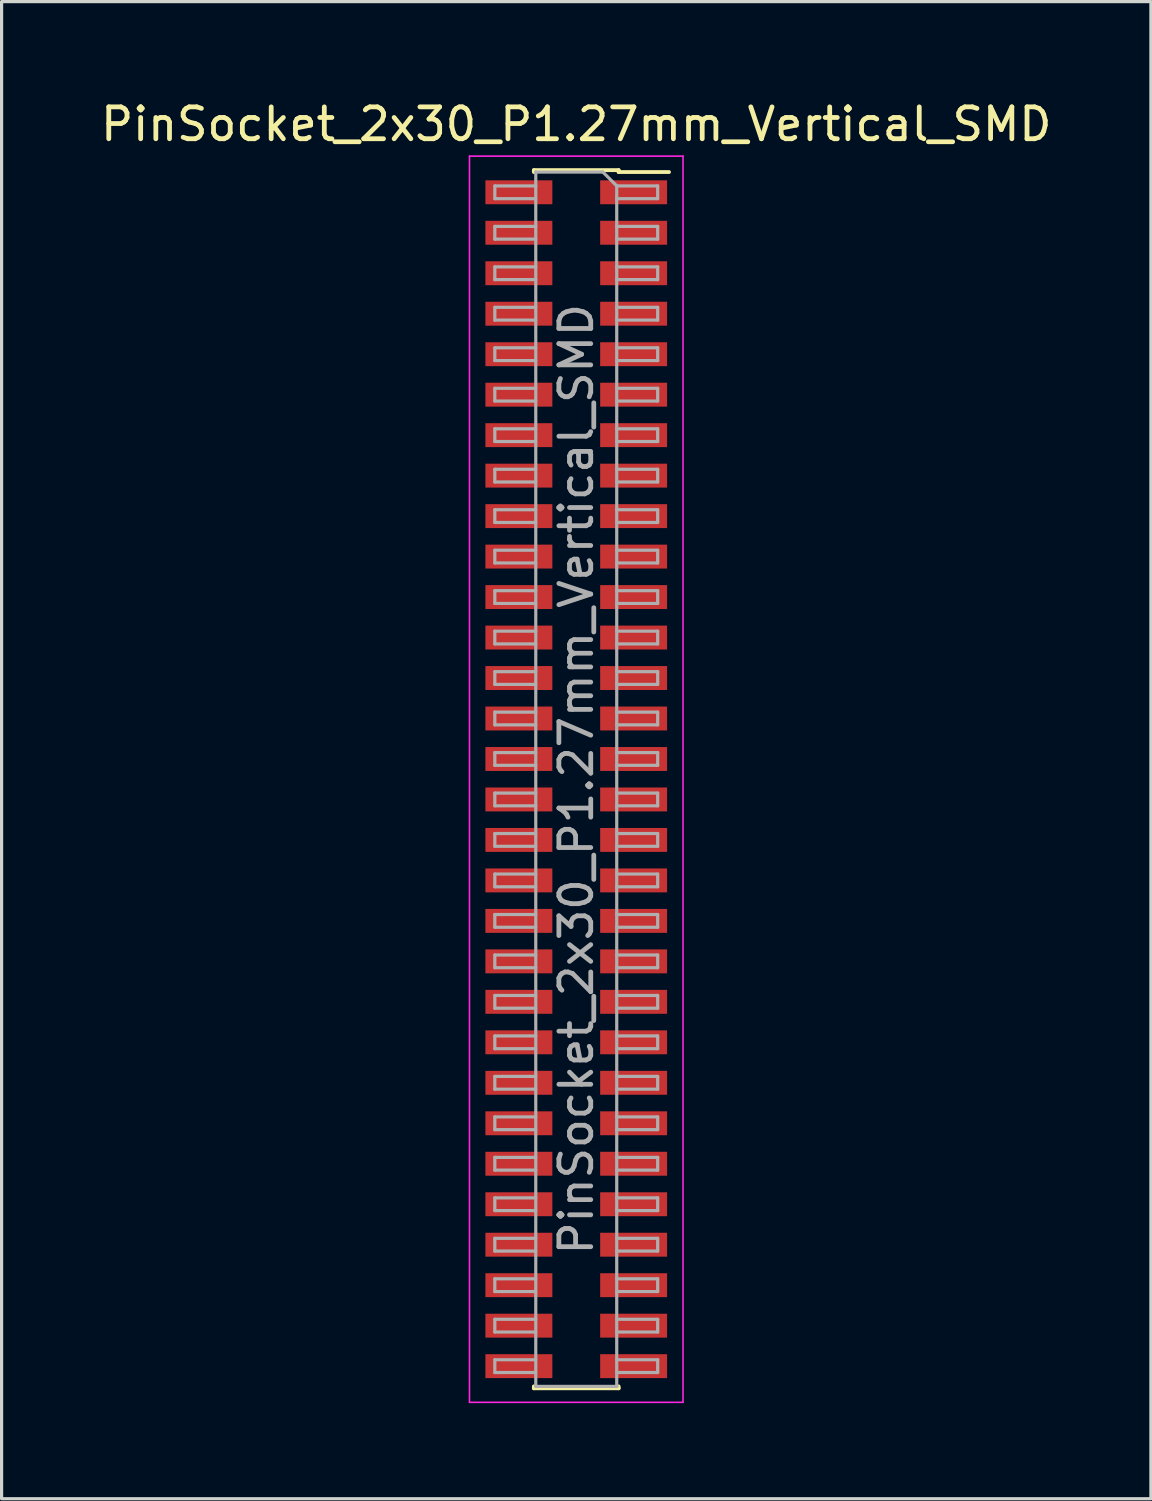
<source format=kicad_pcb>
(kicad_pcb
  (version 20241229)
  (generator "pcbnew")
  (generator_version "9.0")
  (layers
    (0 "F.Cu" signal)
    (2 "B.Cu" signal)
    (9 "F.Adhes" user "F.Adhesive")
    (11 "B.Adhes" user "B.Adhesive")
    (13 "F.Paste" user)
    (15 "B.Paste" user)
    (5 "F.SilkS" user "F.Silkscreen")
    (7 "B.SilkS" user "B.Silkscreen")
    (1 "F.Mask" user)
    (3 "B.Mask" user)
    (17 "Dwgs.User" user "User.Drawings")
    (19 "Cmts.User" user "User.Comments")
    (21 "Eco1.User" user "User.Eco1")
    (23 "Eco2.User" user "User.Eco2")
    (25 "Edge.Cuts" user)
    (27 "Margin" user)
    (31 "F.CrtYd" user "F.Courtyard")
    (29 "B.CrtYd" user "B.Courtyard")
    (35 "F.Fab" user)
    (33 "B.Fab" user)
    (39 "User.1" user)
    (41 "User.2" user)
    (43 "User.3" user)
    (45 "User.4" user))
  (footprint "PinSocket_2x30_P1.27mm_Vertical_SMD"
    (layer "F.Cu")
    (at 15.03 21.398)
    (property "Reference" "PinSocket_2x30_P1.27mm_Vertical_SMD" (at 0 -20.55 0) (layer "F.SilkS") (effects (font (size 1 1) (thickness 0.15))))
    (attr smd)
    (fp_line (start -1.33 -19.11) (end 1.33 -19.11) (stroke (width 0.12) (type solid)) (layer "F.SilkS"))
    (fp_line (start -1.33 -19.05) (end -1.33 -19.11) (stroke (width 0.12) (type solid)) (layer "F.SilkS"))
    (fp_line (start -1.33 19.11) (end -1.33 19.05) (stroke (width 0.12) (type solid)) (layer "F.SilkS"))
    (fp_line (start 1.33 -19.11) (end 1.33 -19.05) (stroke (width 0.12) (type solid)) (layer "F.SilkS"))
    (fp_line (start 1.33 -19.05) (end 2.91 -19.05) (stroke (width 0.12) (type solid)) (layer "F.SilkS"))
    (fp_line (start 1.33 19.05) (end 1.33 19.11) (stroke (width 0.12) (type solid)) (layer "F.SilkS"))
    (fp_line (start 1.33 19.11) (end -1.33 19.11) (stroke (width 0.12) (type solid)) (layer "F.SilkS"))
    (fp_line (start -3.35 -19.55) (end 3.35 -19.55) (stroke (width 0.05) (type solid)) (layer "F.CrtYd"))
    (fp_line (start -3.35 19.55) (end -3.35 -19.55) (stroke (width 0.05) (type solid)) (layer "F.CrtYd"))
    (fp_line (start 3.35 -19.55) (end 3.35 19.55) (stroke (width 0.05) (type solid)) (layer "F.CrtYd"))
    (fp_line (start 3.35 19.55) (end -3.35 19.55) (stroke (width 0.05) (type solid)) (layer "F.CrtYd"))
    (fp_line (start -2.555 -18.615) (end -1.27 -18.615) (stroke (width 0.1) (type solid)) (layer "F.Fab"))
    (fp_line (start -2.555 -18.215) (end -2.555 -18.615) (stroke (width 0.1) (type solid)) (layer "F.Fab"))
    (fp_line (start -2.555 -17.345) (end -1.27 -17.345) (stroke (width 0.1) (type solid)) (layer "F.Fab"))
    (fp_line (start -2.555 -16.945) (end -2.555 -17.345) (stroke (width 0.1) (type solid)) (layer "F.Fab"))
    (fp_line (start -2.555 -16.075) (end -1.27 -16.075) (stroke (width 0.1) (type solid)) (layer "F.Fab"))
    (fp_line (start -2.555 -15.675) (end -2.555 -16.075) (stroke (width 0.1) (type solid)) (layer "F.Fab"))
    (fp_line (start -2.555 -14.805) (end -1.27 -14.805) (stroke (width 0.1) (type solid)) (layer "F.Fab"))
    (fp_line (start -2.555 -14.405) (end -2.555 -14.805) (stroke (width 0.1) (type solid)) (layer "F.Fab"))
    (fp_line (start -2.555 -13.535) (end -1.27 -13.535) (stroke (width 0.1) (type solid)) (layer "F.Fab"))
    (fp_line (start -2.555 -13.135) (end -2.555 -13.535) (stroke (width 0.1) (type solid)) (layer "F.Fab"))
    (fp_line (start -2.555 -12.265) (end -1.27 -12.265) (stroke (width 0.1) (type solid)) (layer "F.Fab"))
    (fp_line (start -2.555 -11.865) (end -2.555 -12.265) (stroke (width 0.1) (type solid)) (layer "F.Fab"))
    (fp_line (start -2.555 -10.995) (end -1.27 -10.995) (stroke (width 0.1) (type solid)) (layer "F.Fab"))
    (fp_line (start -2.555 -10.595) (end -2.555 -10.995) (stroke (width 0.1) (type solid)) (layer "F.Fab"))
    (fp_line (start -2.555 -9.725) (end -1.27 -9.725) (stroke (width 0.1) (type solid)) (layer "F.Fab"))
    (fp_line (start -2.555 -9.325) (end -2.555 -9.725) (stroke (width 0.1) (type solid)) (layer "F.Fab"))
    (fp_line (start -2.555 -8.455) (end -1.27 -8.455) (stroke (width 0.1) (type solid)) (layer "F.Fab"))
    (fp_line (start -2.555 -8.055) (end -2.555 -8.455) (stroke (width 0.1) (type solid)) (layer "F.Fab"))
    (fp_line (start -2.555 -7.185) (end -1.27 -7.185) (stroke (width 0.1) (type solid)) (layer "F.Fab"))
    (fp_line (start -2.555 -6.785) (end -2.555 -7.185) (stroke (width 0.1) (type solid)) (layer "F.Fab"))
    (fp_line (start -2.555 -5.915) (end -1.27 -5.915) (stroke (width 0.1) (type solid)) (layer "F.Fab"))
    (fp_line (start -2.555 -5.515) (end -2.555 -5.915) (stroke (width 0.1) (type solid)) (layer "F.Fab"))
    (fp_line (start -2.555 -4.645) (end -1.27 -4.645) (stroke (width 0.1) (type solid)) (layer "F.Fab"))
    (fp_line (start -2.555 -4.245) (end -2.555 -4.645) (stroke (width 0.1) (type solid)) (layer "F.Fab"))
    (fp_line (start -2.555 -3.375) (end -1.27 -3.375) (stroke (width 0.1) (type solid)) (layer "F.Fab"))
    (fp_line (start -2.555 -2.975) (end -2.555 -3.375) (stroke (width 0.1) (type solid)) (layer "F.Fab"))
    (fp_line (start -2.555 -2.105) (end -1.27 -2.105) (stroke (width 0.1) (type solid)) (layer "F.Fab"))
    (fp_line (start -2.555 -1.705) (end -2.555 -2.105) (stroke (width 0.1) (type solid)) (layer "F.Fab"))
    (fp_line (start -2.555 -0.835) (end -1.27 -0.835) (stroke (width 0.1) (type solid)) (layer "F.Fab"))
    (fp_line (start -2.555 -0.435) (end -2.555 -0.835) (stroke (width 0.1) (type solid)) (layer "F.Fab"))
    (fp_line (start -2.555 0.435) (end -1.27 0.435) (stroke (width 0.1) (type solid)) (layer "F.Fab"))
    (fp_line (start -2.555 0.835) (end -2.555 0.435) (stroke (width 0.1) (type solid)) (layer "F.Fab"))
    (fp_line (start -2.555 1.705) (end -1.27 1.705) (stroke (width 0.1) (type solid)) (layer "F.Fab"))
    (fp_line (start -2.555 2.105) (end -2.555 1.705) (stroke (width 0.1) (type solid)) (layer "F.Fab"))
    (fp_line (start -2.555 2.975) (end -1.27 2.975) (stroke (width 0.1) (type solid)) (layer "F.Fab"))
    (fp_line (start -2.555 3.375) (end -2.555 2.975) (stroke (width 0.1) (type solid)) (layer "F.Fab"))
    (fp_line (start -2.555 4.245) (end -1.27 4.245) (stroke (width 0.1) (type solid)) (layer "F.Fab"))
    (fp_line (start -2.555 4.645) (end -2.555 4.245) (stroke (width 0.1) (type solid)) (layer "F.Fab"))
    (fp_line (start -2.555 5.515) (end -1.27 5.515) (stroke (width 0.1) (type solid)) (layer "F.Fab"))
    (fp_line (start -2.555 5.915) (end -2.555 5.515) (stroke (width 0.1) (type solid)) (layer "F.Fab"))
    (fp_line (start -2.555 6.785) (end -1.27 6.785) (stroke (width 0.1) (type solid)) (layer "F.Fab"))
    (fp_line (start -2.555 7.185) (end -2.555 6.785) (stroke (width 0.1) (type solid)) (layer "F.Fab"))
    (fp_line (start -2.555 8.055) (end -1.27 8.055) (stroke (width 0.1) (type solid)) (layer "F.Fab"))
    (fp_line (start -2.555 8.455) (end -2.555 8.055) (stroke (width 0.1) (type solid)) (layer "F.Fab"))
    (fp_line (start -2.555 9.325) (end -1.27 9.325) (stroke (width 0.1) (type solid)) (layer "F.Fab"))
    (fp_line (start -2.555 9.725) (end -2.555 9.325) (stroke (width 0.1) (type solid)) (layer "F.Fab"))
    (fp_line (start -2.555 10.595) (end -1.27 10.595) (stroke (width 0.1) (type solid)) (layer "F.Fab"))
    (fp_line (start -2.555 10.995) (end -2.555 10.595) (stroke (width 0.1) (type solid)) (layer "F.Fab"))
    (fp_line (start -2.555 11.865) (end -1.27 11.865) (stroke (width 0.1) (type solid)) (layer "F.Fab"))
    (fp_line (start -2.555 12.265) (end -2.555 11.865) (stroke (width 0.1) (type solid)) (layer "F.Fab"))
    (fp_line (start -2.555 13.135) (end -1.27 13.135) (stroke (width 0.1) (type solid)) (layer "F.Fab"))
    (fp_line (start -2.555 13.535) (end -2.555 13.135) (stroke (width 0.1) (type solid)) (layer "F.Fab"))
    (fp_line (start -2.555 14.405) (end -1.27 14.405) (stroke (width 0.1) (type solid)) (layer "F.Fab"))
    (fp_line (start -2.555 14.805) (end -2.555 14.405) (stroke (width 0.1) (type solid)) (layer "F.Fab"))
    (fp_line (start -2.555 15.675) (end -1.27 15.675) (stroke (width 0.1) (type solid)) (layer "F.Fab"))
    (fp_line (start -2.555 16.075) (end -2.555 15.675) (stroke (width 0.1) (type solid)) (layer "F.Fab"))
    (fp_line (start -2.555 16.945) (end -1.27 16.945) (stroke (width 0.1) (type solid)) (layer "F.Fab"))
    (fp_line (start -2.555 17.345) (end -2.555 16.945) (stroke (width 0.1) (type solid)) (layer "F.Fab"))
    (fp_line (start -2.555 18.215) (end -1.27 18.215) (stroke (width 0.1) (type solid)) (layer "F.Fab"))
    (fp_line (start -2.555 18.615) (end -2.555 18.215) (stroke (width 0.1) (type solid)) (layer "F.Fab"))
    (fp_line (start -1.27 -19.05) (end 0.835 -19.05) (stroke (width 0.1) (type solid)) (layer "F.Fab"))
    (fp_line (start -1.27 -18.215) (end -2.555 -18.215) (stroke (width 0.1) (type solid)) (layer "F.Fab"))
    (fp_line (start -1.27 -16.945) (end -2.555 -16.945) (stroke (width 0.1) (type solid)) (layer "F.Fab"))
    (fp_line (start -1.27 -15.675) (end -2.555 -15.675) (stroke (width 0.1) (type solid)) (layer "F.Fab"))
    (fp_line (start -1.27 -14.405) (end -2.555 -14.405) (stroke (width 0.1) (type solid)) (layer "F.Fab"))
    (fp_line (start -1.27 -13.135) (end -2.555 -13.135) (stroke (width 0.1) (type solid)) (layer "F.Fab"))
    (fp_line (start -1.27 -11.865) (end -2.555 -11.865) (stroke (width 0.1) (type solid)) (layer "F.Fab"))
    (fp_line (start -1.27 -10.595) (end -2.555 -10.595) (stroke (width 0.1) (type solid)) (layer "F.Fab"))
    (fp_line (start -1.27 -9.325) (end -2.555 -9.325) (stroke (width 0.1) (type solid)) (layer "F.Fab"))
    (fp_line (start -1.27 -8.055) (end -2.555 -8.055) (stroke (width 0.1) (type solid)) (layer "F.Fab"))
    (fp_line (start -1.27 -6.785) (end -2.555 -6.785) (stroke (width 0.1) (type solid)) (layer "F.Fab"))
    (fp_line (start -1.27 -5.515) (end -2.555 -5.515) (stroke (width 0.1) (type solid)) (layer "F.Fab"))
    (fp_line (start -1.27 -4.245) (end -2.555 -4.245) (stroke (width 0.1) (type solid)) (layer "F.Fab"))
    (fp_line (start -1.27 -2.975) (end -2.555 -2.975) (stroke (width 0.1) (type solid)) (layer "F.Fab"))
    (fp_line (start -1.27 -1.705) (end -2.555 -1.705) (stroke (width 0.1) (type solid)) (layer "F.Fab"))
    (fp_line (start -1.27 -0.435) (end -2.555 -0.435) (stroke (width 0.1) (type solid)) (layer "F.Fab"))
    (fp_line (start -1.27 0.835) (end -2.555 0.835) (stroke (width 0.1) (type solid)) (layer "F.Fab"))
    (fp_line (start -1.27 2.105) (end -2.555 2.105) (stroke (width 0.1) (type solid)) (layer "F.Fab"))
    (fp_line (start -1.27 3.375) (end -2.555 3.375) (stroke (width 0.1) (type solid)) (layer "F.Fab"))
    (fp_line (start -1.27 4.645) (end -2.555 4.645) (stroke (width 0.1) (type solid)) (layer "F.Fab"))
    (fp_line (start -1.27 5.915) (end -2.555 5.915) (stroke (width 0.1) (type solid)) (layer "F.Fab"))
    (fp_line (start -1.27 7.185) (end -2.555 7.185) (stroke (width 0.1) (type solid)) (layer "F.Fab"))
    (fp_line (start -1.27 8.455) (end -2.555 8.455) (stroke (width 0.1) (type solid)) (layer "F.Fab"))
    (fp_line (start -1.27 9.725) (end -2.555 9.725) (stroke (width 0.1) (type solid)) (layer "F.Fab"))
    (fp_line (start -1.27 10.995) (end -2.555 10.995) (stroke (width 0.1) (type solid)) (layer "F.Fab"))
    (fp_line (start -1.27 12.265) (end -2.555 12.265) (stroke (width 0.1) (type solid)) (layer "F.Fab"))
    (fp_line (start -1.27 13.535) (end -2.555 13.535) (stroke (width 0.1) (type solid)) (layer "F.Fab"))
    (fp_line (start -1.27 14.805) (end -2.555 14.805) (stroke (width 0.1) (type solid)) (layer "F.Fab"))
    (fp_line (start -1.27 16.075) (end -2.555 16.075) (stroke (width 0.1) (type solid)) (layer "F.Fab"))
    (fp_line (start -1.27 17.345) (end -2.555 17.345) (stroke (width 0.1) (type solid)) (layer "F.Fab"))
    (fp_line (start -1.27 18.615) (end -2.555 18.615) (stroke (width 0.1) (type solid)) (layer "F.Fab"))
    (fp_line (start -1.27 19.05) (end -1.27 -19.05) (stroke (width 0.1) (type solid)) (layer "F.Fab"))
    (fp_line (start 0.835 -19.05) (end 1.27 -18.615) (stroke (width 0.1) (type solid)) (layer "F.Fab"))
    (fp_line (start 1.27 -18.615) (end 1.27 19.05) (stroke (width 0.1) (type solid)) (layer "F.Fab"))
    (fp_line (start 1.27 -18.615) (end 2.555 -18.615) (stroke (width 0.1) (type solid)) (layer "F.Fab"))
    (fp_line (start 1.27 -17.345) (end 2.555 -17.345) (stroke (width 0.1) (type solid)) (layer "F.Fab"))
    (fp_line (start 1.27 -16.075) (end 2.555 -16.075) (stroke (width 0.1) (type solid)) (layer "F.Fab"))
    (fp_line (start 1.27 -14.805) (end 2.555 -14.805) (stroke (width 0.1) (type solid)) (layer "F.Fab"))
    (fp_line (start 1.27 -13.535) (end 2.555 -13.535) (stroke (width 0.1) (type solid)) (layer "F.Fab"))
    (fp_line (start 1.27 -12.265) (end 2.555 -12.265) (stroke (width 0.1) (type solid)) (layer "F.Fab"))
    (fp_line (start 1.27 -10.995) (end 2.555 -10.995) (stroke (width 0.1) (type solid)) (layer "F.Fab"))
    (fp_line (start 1.27 -9.725) (end 2.555 -9.725) (stroke (width 0.1) (type solid)) (layer "F.Fab"))
    (fp_line (start 1.27 -8.455) (end 2.555 -8.455) (stroke (width 0.1) (type solid)) (layer "F.Fab"))
    (fp_line (start 1.27 -7.185) (end 2.555 -7.185) (stroke (width 0.1) (type solid)) (layer "F.Fab"))
    (fp_line (start 1.27 -5.915) (end 2.555 -5.915) (stroke (width 0.1) (type solid)) (layer "F.Fab"))
    (fp_line (start 1.27 -4.645) (end 2.555 -4.645) (stroke (width 0.1) (type solid)) (layer "F.Fab"))
    (fp_line (start 1.27 -3.375) (end 2.555 -3.375) (stroke (width 0.1) (type solid)) (layer "F.Fab"))
    (fp_line (start 1.27 -2.105) (end 2.555 -2.105) (stroke (width 0.1) (type solid)) (layer "F.Fab"))
    (fp_line (start 1.27 -0.835) (end 2.555 -0.835) (stroke (width 0.1) (type solid)) (layer "F.Fab"))
    (fp_line (start 1.27 0.435) (end 2.555 0.435) (stroke (width 0.1) (type solid)) (layer "F.Fab"))
    (fp_line (start 1.27 1.705) (end 2.555 1.705) (stroke (width 0.1) (type solid)) (layer "F.Fab"))
    (fp_line (start 1.27 2.975) (end 2.555 2.975) (stroke (width 0.1) (type solid)) (layer "F.Fab"))
    (fp_line (start 1.27 4.245) (end 2.555 4.245) (stroke (width 0.1) (type solid)) (layer "F.Fab"))
    (fp_line (start 1.27 5.515) (end 2.555 5.515) (stroke (width 0.1) (type solid)) (layer "F.Fab"))
    (fp_line (start 1.27 6.785) (end 2.555 6.785) (stroke (width 0.1) (type solid)) (layer "F.Fab"))
    (fp_line (start 1.27 8.055) (end 2.555 8.055) (stroke (width 0.1) (type solid)) (layer "F.Fab"))
    (fp_line (start 1.27 9.325) (end 2.555 9.325) (stroke (width 0.1) (type solid)) (layer "F.Fab"))
    (fp_line (start 1.27 10.595) (end 2.555 10.595) (stroke (width 0.1) (type solid)) (layer "F.Fab"))
    (fp_line (start 1.27 11.865) (end 2.555 11.865) (stroke (width 0.1) (type solid)) (layer "F.Fab"))
    (fp_line (start 1.27 13.135) (end 2.555 13.135) (stroke (width 0.1) (type solid)) (layer "F.Fab"))
    (fp_line (start 1.27 14.405) (end 2.555 14.405) (stroke (width 0.1) (type solid)) (layer "F.Fab"))
    (fp_line (start 1.27 15.675) (end 2.555 15.675) (stroke (width 0.1) (type solid)) (layer "F.Fab"))
    (fp_line (start 1.27 16.945) (end 2.555 16.945) (stroke (width 0.1) (type solid)) (layer "F.Fab"))
    (fp_line (start 1.27 18.215) (end 2.555 18.215) (stroke (width 0.1) (type solid)) (layer "F.Fab"))
    (fp_line (start 1.27 19.05) (end -1.27 19.05) (stroke (width 0.1) (type solid)) (layer "F.Fab"))
    (fp_line (start 2.555 -18.615) (end 2.555 -18.215) (stroke (width 0.1) (type solid)) (layer "F.Fab"))
    (fp_line (start 2.555 -18.215) (end 1.27 -18.215) (stroke (width 0.1) (type solid)) (layer "F.Fab"))
    (fp_line (start 2.555 -17.345) (end 2.555 -16.945) (stroke (width 0.1) (type solid)) (layer "F.Fab"))
    (fp_line (start 2.555 -16.945) (end 1.27 -16.945) (stroke (width 0.1) (type solid)) (layer "F.Fab"))
    (fp_line (start 2.555 -16.075) (end 2.555 -15.675) (stroke (width 0.1) (type solid)) (layer "F.Fab"))
    (fp_line (start 2.555 -15.675) (end 1.27 -15.675) (stroke (width 0.1) (type solid)) (layer "F.Fab"))
    (fp_line (start 2.555 -14.805) (end 2.555 -14.405) (stroke (width 0.1) (type solid)) (layer "F.Fab"))
    (fp_line (start 2.555 -14.405) (end 1.27 -14.405) (stroke (width 0.1) (type solid)) (layer "F.Fab"))
    (fp_line (start 2.555 -13.535) (end 2.555 -13.135) (stroke (width 0.1) (type solid)) (layer "F.Fab"))
    (fp_line (start 2.555 -13.135) (end 1.27 -13.135) (stroke (width 0.1) (type solid)) (layer "F.Fab"))
    (fp_line (start 2.555 -12.265) (end 2.555 -11.865) (stroke (width 0.1) (type solid)) (layer "F.Fab"))
    (fp_line (start 2.555 -11.865) (end 1.27 -11.865) (stroke (width 0.1) (type solid)) (layer "F.Fab"))
    (fp_line (start 2.555 -10.995) (end 2.555 -10.595) (stroke (width 0.1) (type solid)) (layer "F.Fab"))
    (fp_line (start 2.555 -10.595) (end 1.27 -10.595) (stroke (width 0.1) (type solid)) (layer "F.Fab"))
    (fp_line (start 2.555 -9.725) (end 2.555 -9.325) (stroke (width 0.1) (type solid)) (layer "F.Fab"))
    (fp_line (start 2.555 -9.325) (end 1.27 -9.325) (stroke (width 0.1) (type solid)) (layer "F.Fab"))
    (fp_line (start 2.555 -8.455) (end 2.555 -8.055) (stroke (width 0.1) (type solid)) (layer "F.Fab"))
    (fp_line (start 2.555 -8.055) (end 1.27 -8.055) (stroke (width 0.1) (type solid)) (layer "F.Fab"))
    (fp_line (start 2.555 -7.185) (end 2.555 -6.785) (stroke (width 0.1) (type solid)) (layer "F.Fab"))
    (fp_line (start 2.555 -6.785) (end 1.27 -6.785) (stroke (width 0.1) (type solid)) (layer "F.Fab"))
    (fp_line (start 2.555 -5.915) (end 2.555 -5.515) (stroke (width 0.1) (type solid)) (layer "F.Fab"))
    (fp_line (start 2.555 -5.515) (end 1.27 -5.515) (stroke (width 0.1) (type solid)) (layer "F.Fab"))
    (fp_line (start 2.555 -4.645) (end 2.555 -4.245) (stroke (width 0.1) (type solid)) (layer "F.Fab"))
    (fp_line (start 2.555 -4.245) (end 1.27 -4.245) (stroke (width 0.1) (type solid)) (layer "F.Fab"))
    (fp_line (start 2.555 -3.375) (end 2.555 -2.975) (stroke (width 0.1) (type solid)) (layer "F.Fab"))
    (fp_line (start 2.555 -2.975) (end 1.27 -2.975) (stroke (width 0.1) (type solid)) (layer "F.Fab"))
    (fp_line (start 2.555 -2.105) (end 2.555 -1.705) (stroke (width 0.1) (type solid)) (layer "F.Fab"))
    (fp_line (start 2.555 -1.705) (end 1.27 -1.705) (stroke (width 0.1) (type solid)) (layer "F.Fab"))
    (fp_line (start 2.555 -0.835) (end 2.555 -0.435) (stroke (width 0.1) (type solid)) (layer "F.Fab"))
    (fp_line (start 2.555 -0.435) (end 1.27 -0.435) (stroke (width 0.1) (type solid)) (layer "F.Fab"))
    (fp_line (start 2.555 0.435) (end 2.555 0.835) (stroke (width 0.1) (type solid)) (layer "F.Fab"))
    (fp_line (start 2.555 0.835) (end 1.27 0.835) (stroke (width 0.1) (type solid)) (layer "F.Fab"))
    (fp_line (start 2.555 1.705) (end 2.555 2.105) (stroke (width 0.1) (type solid)) (layer "F.Fab"))
    (fp_line (start 2.555 2.105) (end 1.27 2.105) (stroke (width 0.1) (type solid)) (layer "F.Fab"))
    (fp_line (start 2.555 2.975) (end 2.555 3.375) (stroke (width 0.1) (type solid)) (layer "F.Fab"))
    (fp_line (start 2.555 3.375) (end 1.27 3.375) (stroke (width 0.1) (type solid)) (layer "F.Fab"))
    (fp_line (start 2.555 4.245) (end 2.555 4.645) (stroke (width 0.1) (type solid)) (layer "F.Fab"))
    (fp_line (start 2.555 4.645) (end 1.27 4.645) (stroke (width 0.1) (type solid)) (layer "F.Fab"))
    (fp_line (start 2.555 5.515) (end 2.555 5.915) (stroke (width 0.1) (type solid)) (layer "F.Fab"))
    (fp_line (start 2.555 5.915) (end 1.27 5.915) (stroke (width 0.1) (type solid)) (layer "F.Fab"))
    (fp_line (start 2.555 6.785) (end 2.555 7.185) (stroke (width 0.1) (type solid)) (layer "F.Fab"))
    (fp_line (start 2.555 7.185) (end 1.27 7.185) (stroke (width 0.1) (type solid)) (layer "F.Fab"))
    (fp_line (start 2.555 8.055) (end 2.555 8.455) (stroke (width 0.1) (type solid)) (layer "F.Fab"))
    (fp_line (start 2.555 8.455) (end 1.27 8.455) (stroke (width 0.1) (type solid)) (layer "F.Fab"))
    (fp_line (start 2.555 9.325) (end 2.555 9.725) (stroke (width 0.1) (type solid)) (layer "F.Fab"))
    (fp_line (start 2.555 9.725) (end 1.27 9.725) (stroke (width 0.1) (type solid)) (layer "F.Fab"))
    (fp_line (start 2.555 10.595) (end 2.555 10.995) (stroke (width 0.1) (type solid)) (layer "F.Fab"))
    (fp_line (start 2.555 10.995) (end 1.27 10.995) (stroke (width 0.1) (type solid)) (layer "F.Fab"))
    (fp_line (start 2.555 11.865) (end 2.555 12.265) (stroke (width 0.1) (type solid)) (layer "F.Fab"))
    (fp_line (start 2.555 12.265) (end 1.27 12.265) (stroke (width 0.1) (type solid)) (layer "F.Fab"))
    (fp_line (start 2.555 13.135) (end 2.555 13.535) (stroke (width 0.1) (type solid)) (layer "F.Fab"))
    (fp_line (start 2.555 13.535) (end 1.27 13.535) (stroke (width 0.1) (type solid)) (layer "F.Fab"))
    (fp_line (start 2.555 14.405) (end 2.555 14.805) (stroke (width 0.1) (type solid)) (layer "F.Fab"))
    (fp_line (start 2.555 14.805) (end 1.27 14.805) (stroke (width 0.1) (type solid)) (layer "F.Fab"))
    (fp_line (start 2.555 15.675) (end 2.555 16.075) (stroke (width 0.1) (type solid)) (layer "F.Fab"))
    (fp_line (start 2.555 16.075) (end 1.27 16.075) (stroke (width 0.1) (type solid)) (layer "F.Fab"))
    (fp_line (start 2.555 16.945) (end 2.555 17.345) (stroke (width 0.1) (type solid)) (layer "F.Fab"))
    (fp_line (start 2.555 17.345) (end 1.27 17.345) (stroke (width 0.1) (type solid)) (layer "F.Fab"))
    (fp_line (start 2.555 18.215) (end 2.555 18.615) (stroke (width 0.1) (type solid)) (layer "F.Fab"))
    (fp_line (start 2.555 18.615) (end 1.27 18.615) (stroke (width 0.1) (type solid)) (layer "F.Fab"))
    (fp_text user "${REFERENCE}" (at 0 0 90) (layer "F.Fab") (effects (font (size 1 1) (thickness 0.15))))
    (pad "1" smd rect (at 1.8 -18.415) (size 2.1 0.75) (layers "F.Cu" "F.Mask" "F.Paste"))
    (pad "2" smd rect (at -1.8 -18.415) (size 2.1 0.75) (layers "F.Cu" "F.Mask" "F.Paste"))
    (pad "3" smd rect (at 1.8 -17.145) (size 2.1 0.75) (layers "F.Cu" "F.Mask" "F.Paste"))
    (pad "4" smd rect (at -1.8 -17.145) (size 2.1 0.75) (layers "F.Cu" "F.Mask" "F.Paste"))
    (pad "5" smd rect (at 1.8 -15.875) (size 2.1 0.75) (layers "F.Cu" "F.Mask" "F.Paste"))
    (pad "6" smd rect (at -1.8 -15.875) (size 2.1 0.75) (layers "F.Cu" "F.Mask" "F.Paste"))
    (pad "7" smd rect (at 1.8 -14.605) (size 2.1 0.75) (layers "F.Cu" "F.Mask" "F.Paste"))
    (pad "8" smd rect (at -1.8 -14.605) (size 2.1 0.75) (layers "F.Cu" "F.Mask" "F.Paste"))
    (pad "9" smd rect (at 1.8 -13.335) (size 2.1 0.75) (layers "F.Cu" "F.Mask" "F.Paste"))
    (pad "10" smd rect (at -1.8 -13.335) (size 2.1 0.75) (layers "F.Cu" "F.Mask" "F.Paste"))
    (pad "11" smd rect (at 1.8 -12.065) (size 2.1 0.75) (layers "F.Cu" "F.Mask" "F.Paste"))
    (pad "12" smd rect (at -1.8 -12.065) (size 2.1 0.75) (layers "F.Cu" "F.Mask" "F.Paste"))
    (pad "13" smd rect (at 1.8 -10.795) (size 2.1 0.75) (layers "F.Cu" "F.Mask" "F.Paste"))
    (pad "14" smd rect (at -1.8 -10.795) (size 2.1 0.75) (layers "F.Cu" "F.Mask" "F.Paste"))
    (pad "15" smd rect (at 1.8 -9.525) (size 2.1 0.75) (layers "F.Cu" "F.Mask" "F.Paste"))
    (pad "16" smd rect (at -1.8 -9.525) (size 2.1 0.75) (layers "F.Cu" "F.Mask" "F.Paste"))
    (pad "17" smd rect (at 1.8 -8.255) (size 2.1 0.75) (layers "F.Cu" "F.Mask" "F.Paste"))
    (pad "18" smd rect (at -1.8 -8.255) (size 2.1 0.75) (layers "F.Cu" "F.Mask" "F.Paste"))
    (pad "19" smd rect (at 1.8 -6.985) (size 2.1 0.75) (layers "F.Cu" "F.Mask" "F.Paste"))
    (pad "20" smd rect (at -1.8 -6.985) (size 2.1 0.75) (layers "F.Cu" "F.Mask" "F.Paste"))
    (pad "21" smd rect (at 1.8 -5.715) (size 2.1 0.75) (layers "F.Cu" "F.Mask" "F.Paste"))
    (pad "22" smd rect (at -1.8 -5.715) (size 2.1 0.75) (layers "F.Cu" "F.Mask" "F.Paste"))
    (pad "23" smd rect (at 1.8 -4.445) (size 2.1 0.75) (layers "F.Cu" "F.Mask" "F.Paste"))
    (pad "24" smd rect (at -1.8 -4.445) (size 2.1 0.75) (layers "F.Cu" "F.Mask" "F.Paste"))
    (pad "25" smd rect (at 1.8 -3.175) (size 2.1 0.75) (layers "F.Cu" "F.Mask" "F.Paste"))
    (pad "26" smd rect (at -1.8 -3.175) (size 2.1 0.75) (layers "F.Cu" "F.Mask" "F.Paste"))
    (pad "27" smd rect (at 1.8 -1.905) (size 2.1 0.75) (layers "F.Cu" "F.Mask" "F.Paste"))
    (pad "28" smd rect (at -1.8 -1.905) (size 2.1 0.75) (layers "F.Cu" "F.Mask" "F.Paste"))
    (pad "29" smd rect (at 1.8 -0.635) (size 2.1 0.75) (layers "F.Cu" "F.Mask" "F.Paste"))
    (pad "30" smd rect (at -1.8 -0.635) (size 2.1 0.75) (layers "F.Cu" "F.Mask" "F.Paste"))
    (pad "31" smd rect (at 1.8 0.635) (size 2.1 0.75) (layers "F.Cu" "F.Mask" "F.Paste"))
    (pad "32" smd rect (at -1.8 0.635) (size 2.1 0.75) (layers "F.Cu" "F.Mask" "F.Paste"))
    (pad "33" smd rect (at 1.8 1.905) (size 2.1 0.75) (layers "F.Cu" "F.Mask" "F.Paste"))
    (pad "34" smd rect (at -1.8 1.905) (size 2.1 0.75) (layers "F.Cu" "F.Mask" "F.Paste"))
    (pad "35" smd rect (at 1.8 3.175) (size 2.1 0.75) (layers "F.Cu" "F.Mask" "F.Paste"))
    (pad "36" smd rect (at -1.8 3.175) (size 2.1 0.75) (layers "F.Cu" "F.Mask" "F.Paste"))
    (pad "37" smd rect (at 1.8 4.445) (size 2.1 0.75) (layers "F.Cu" "F.Mask" "F.Paste"))
    (pad "38" smd rect (at -1.8 4.445) (size 2.1 0.75) (layers "F.Cu" "F.Mask" "F.Paste"))
    (pad "39" smd rect (at 1.8 5.715) (size 2.1 0.75) (layers "F.Cu" "F.Mask" "F.Paste"))
    (pad "40" smd rect (at -1.8 5.715) (size 2.1 0.75) (layers "F.Cu" "F.Mask" "F.Paste"))
    (pad "41" smd rect (at 1.8 6.985) (size 2.1 0.75) (layers "F.Cu" "F.Mask" "F.Paste"))
    (pad "42" smd rect (at -1.8 6.985) (size 2.1 0.75) (layers "F.Cu" "F.Mask" "F.Paste"))
    (pad "43" smd rect (at 1.8 8.255) (size 2.1 0.75) (layers "F.Cu" "F.Mask" "F.Paste"))
    (pad "44" smd rect (at -1.8 8.255) (size 2.1 0.75) (layers "F.Cu" "F.Mask" "F.Paste"))
    (pad "45" smd rect (at 1.8 9.525) (size 2.1 0.75) (layers "F.Cu" "F.Mask" "F.Paste"))
    (pad "46" smd rect (at -1.8 9.525) (size 2.1 0.75) (layers "F.Cu" "F.Mask" "F.Paste"))
    (pad "47" smd rect (at 1.8 10.795) (size 2.1 0.75) (layers "F.Cu" "F.Mask" "F.Paste"))
    (pad "48" smd rect (at -1.8 10.795) (size 2.1 0.75) (layers "F.Cu" "F.Mask" "F.Paste"))
    (pad "49" smd rect (at 1.8 12.065) (size 2.1 0.75) (layers "F.Cu" "F.Mask" "F.Paste"))
    (pad "50" smd rect (at -1.8 12.065) (size 2.1 0.75) (layers "F.Cu" "F.Mask" "F.Paste"))
    (pad "51" smd rect (at 1.8 13.335) (size 2.1 0.75) (layers "F.Cu" "F.Mask" "F.Paste"))
    (pad "52" smd rect (at -1.8 13.335) (size 2.1 0.75) (layers "F.Cu" "F.Mask" "F.Paste"))
    (pad "53" smd rect (at 1.8 14.605) (size 2.1 0.75) (layers "F.Cu" "F.Mask" "F.Paste"))
    (pad "54" smd rect (at -1.8 14.605) (size 2.1 0.75) (layers "F.Cu" "F.Mask" "F.Paste"))
    (pad "55" smd rect (at 1.8 15.875) (size 2.1 0.75) (layers "F.Cu" "F.Mask" "F.Paste"))
    (pad "56" smd rect (at -1.8 15.875) (size 2.1 0.75) (layers "F.Cu" "F.Mask" "F.Paste"))
    (pad "57" smd rect (at 1.8 17.145) (size 2.1 0.75) (layers "F.Cu" "F.Mask" "F.Paste"))
    (pad "58" smd rect (at -1.8 17.145) (size 2.1 0.75) (layers "F.Cu" "F.Mask" "F.Paste"))
    (pad "59" smd rect (at 1.8 18.415) (size 2.1 0.75) (layers "F.Cu" "F.Mask" "F.Paste"))
    (pad "60" smd rect (at -1.8 18.415) (size 2.1 0.75) (layers "F.Cu" "F.Mask" "F.Paste")))
  (gr_rect
    (start -3 -3)
    (end 33.06 43.973)
    (stroke (width 0.1) (type default))
    (fill no)
    (layer "Edge.Cuts")))
</source>
